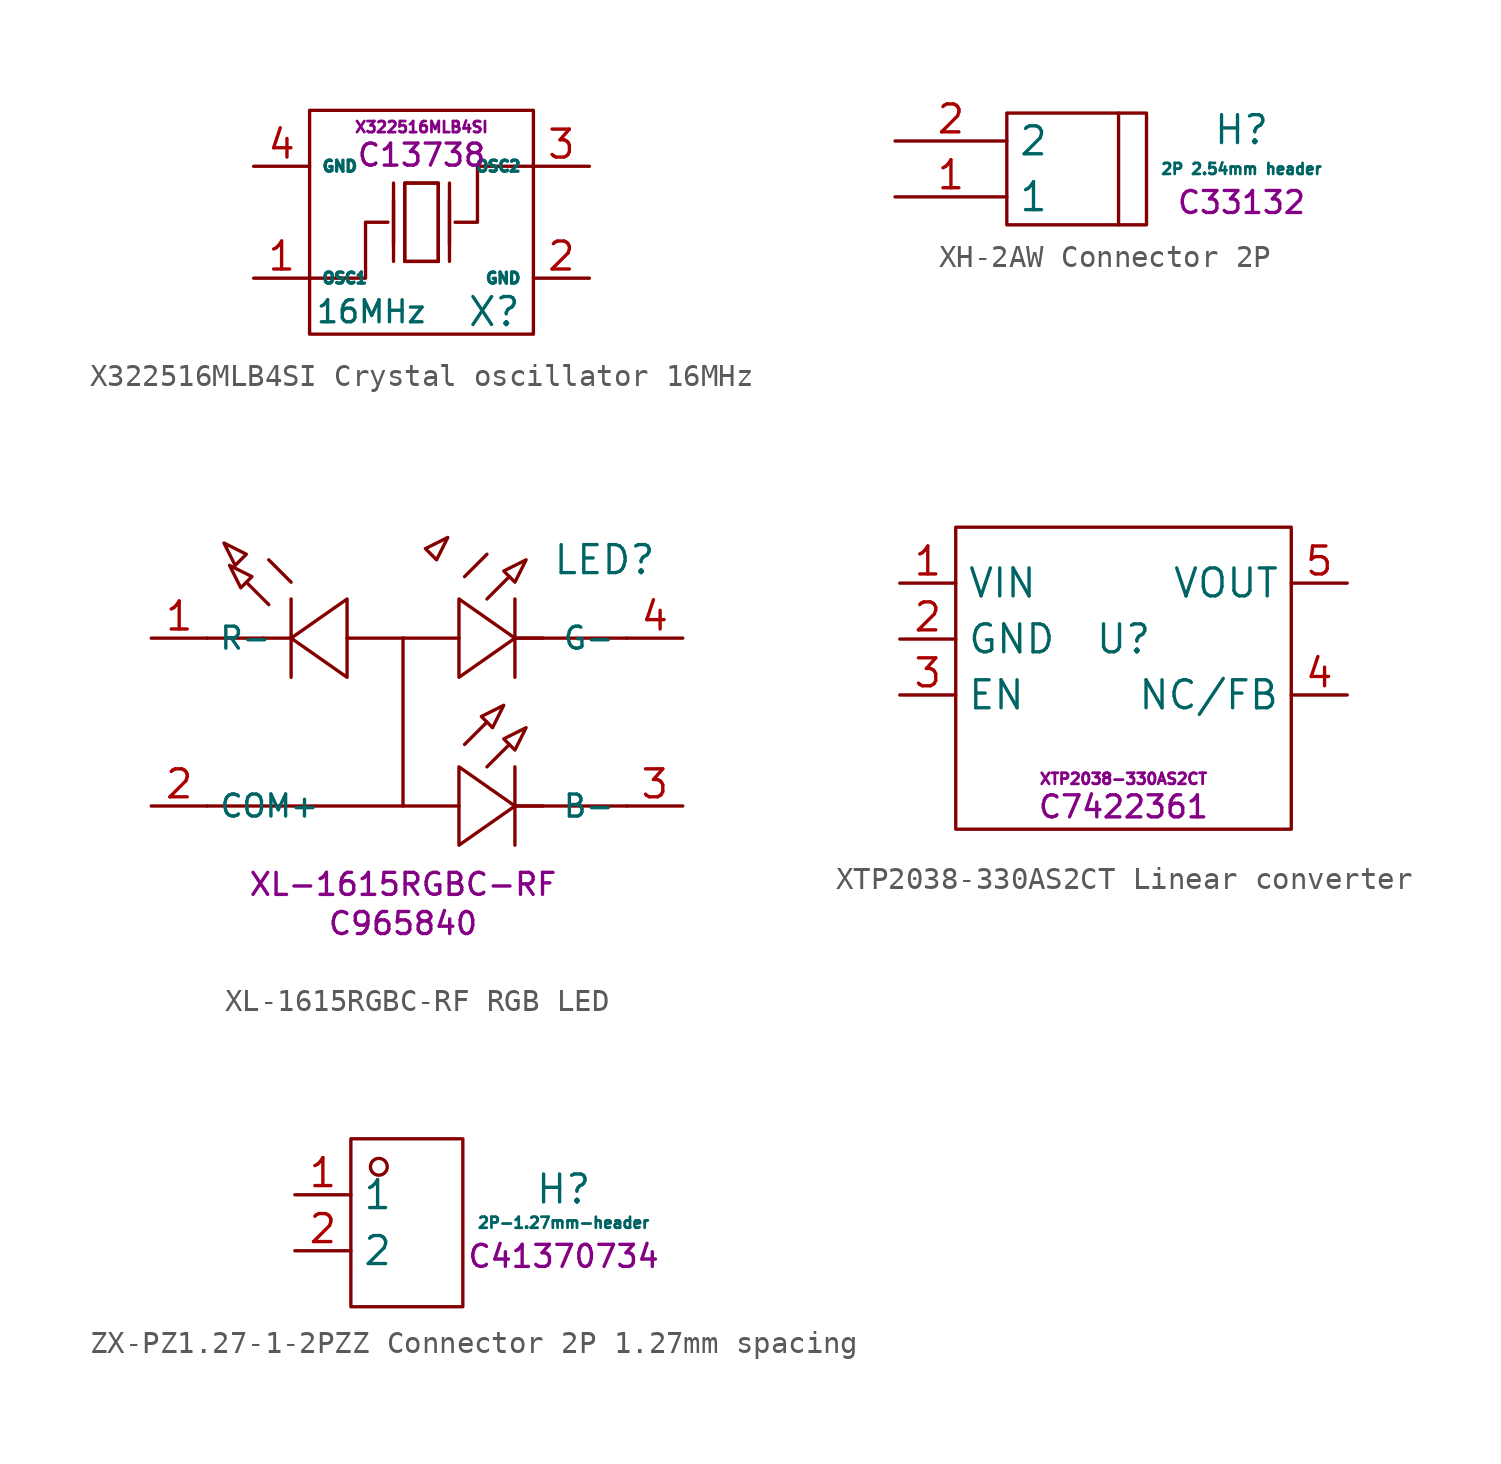
<source format=kicad_sym>
(kicad_symbol_lib
  (version 20241209)
  (generator "kicad_symbol_editor")
  (generator_version "9.0")
  (symbol "X322516MLB4SI Crystal oscillator 16MHz"
    (property "Reference" "X"
      (at 3.302 -4.064 0)
      (do_not_autoplace)
      (effects (font (size 1.27 1.27))))
    (property "Value" "16MHz"
      (at -2.286 -4.064 0)
      (do_not_autoplace)
      (effects (font (size 1 1))))
    (property "Manufacturer Part" "X322516MLB4SI"
      (at 0 4.318 0)
      (do_not_autoplace)
      (effects (font (size 0.5 0.5))))
    (property "LCSC Part #" "C13738"
      (at 0 3.048 0)
      (do_not_autoplace)
      (effects (font (size 1 1))))
    (symbol "X322516MLB4SI Crystal oscillator 16MHz_1_0"
      (rectangle (start -5.08 5.08) (end 5.08 -5.08) (stroke (width 0) (type default)) (fill (type none)))
      (polyline (pts (xy -5.08 -2.54) (xy -2.54 -2.54) (xy -2.54 -2.54) (xy -2.54 0) (xy -2.54 0) (xy -1.524 0)) (stroke (width 0) (type default)) (fill (type none)))
      (polyline (pts (xy -1.27 -1.016) (xy -1.27 1.016)) (stroke (width 0) (type default)) (fill (type none)))
      (polyline (pts (xy -1.27 -1.778) (xy -1.27 1.778)) (stroke (width 0) (type default)) (fill (type none)))
      (polyline (pts (xy -0.762 -1.778) (xy -0.762 1.778) (xy -0.762 1.778) (xy 0.762 1.778) (xy 0.762 1.778) (xy 0.762 -1.778)) (stroke (width 0) (type default)) (fill (type none)))
      (polyline (pts (xy 0.762 1.778) (xy 0.762 -1.778) (xy 0.762 -1.778) (xy -0.762 -1.778) (xy -0.762 -1.778) (xy -0.762 1.778) (xy -0.762 1.778) (xy 0.762 1.778)) (stroke (width 0) (type default)) (fill (type none)))
      (polyline (pts (xy 0.762 -1.778) (xy -0.762 -1.778)) (stroke (width 0) (type default)) (fill (type none)))
      (polyline (pts (xy 1.27 -1.016) (xy 1.27 1.016)) (stroke (width 0) (type default)) (fill (type none)))
      (polyline (pts (xy 1.27 -1.778) (xy 1.27 1.778)) (stroke (width 0) (type default)) (fill (type none)))
      (polyline (pts (xy 5.08 2.54) (xy 2.54 2.54) (xy 2.54 2.54) (xy 2.54 0) (xy 2.54 0) (xy 1.524 0)) (stroke (width 0) (type default)) (fill (type none)))
      (pin unspecified line (at -7.62 2.54 0) (length 2.54) (name "GND" (effects (font (size 0.5 0.5)))) (number "4" (effects (font (size 1.27 1.27)))))
      (pin unspecified line (at -7.62 -2.54 0) (length 2.54) (name "OSC1" (effects (font (size 0.5 0.5)))) (number "1" (effects (font (size 1.27 1.27)))))
      (pin unspecified line (at 7.62 2.54 180) (length 2.54) (name "OSC2" (effects (font (size 0.5 0.5)))) (number "3" (effects (font (size 1.27 1.27)))))
      (pin unspecified line (at 7.62 -2.54 180) (length 2.54) (name "GND" (effects (font (size 0.5 0.5)))) (number "2" (effects (font (size 1.27 1.27)))))))
  (symbol "XH-2AW Connector 2P"
    (property "Reference" "H"
      (at 9.398 1.778 0)
      (do_not_autoplace)
      (effects (font (size 1.27 1.27))))
    (property "Value" "2P 2.54mm header"
      (at 9.398 0 0)
      (do_not_autoplace)
      (effects (font (size 0.5 0.5))))
    (property "LCSC Part #" "C33132"
      (at 9.398 -1.524 0)
      (do_not_autoplace)
      (effects (font (size 1 1))))
    (symbol "XH-2AW Connector 2P_1_0"
      (polyline (pts (xy 3.81 -2.54) (xy 5.08 -2.54) (xy 5.08 -2.54) (xy 5.08 2.54) (xy 5.08 2.54) (xy 3.81 2.54)) (stroke (width 0) (type default)) (fill (type none)))
      (rectangle (start 3.81 -2.54) (end -1.27 2.54) (stroke (width 0) (type default)) (fill (type none)))
      (pin unspecified line (at -6.35 1.27 0) (length 5.08) (name "2" (effects (font (size 1.27 1.27)))) (number "2" (effects (font (size 1.27 1.27)))))
      (pin unspecified line (at -6.35 -1.27 0) (length 5.08) (name "1" (effects (font (size 1.27 1.27)))) (number "1" (effects (font (size 1.27 1.27)))))))
  (symbol "XL-1615RGBC-RF RGB LED"
    (property "Reference" "LED"
      (at 9.144 6.096 0)
      (do_not_autoplace)
      (effects (font (size 1.27 1.27))))
    (property "Manufacturer Part" "XL-1615RGBC-RF"
      (at 0 -8.636 0)
      (do_not_autoplace)
      (effects (font (size 1 1))))
    (property "LCSC Part #" "C965840"
      (at 0 -10.414 0)
      (do_not_autoplace)
      (effects (font (size 1 1))))
    (symbol "XL-1615RGBC-RF RGB LED_1_0"
      (polyline (pts (xy -8.128 6.858) (xy -7.112 6.35) (xy -7.112 6.35) (xy -7.62 5.842) (xy -7.62 5.842) (xy -8.128 6.858)) (stroke (width 0) (type default)) (fill (type none)))
      (polyline (pts (xy -7.874 5.842) (xy -6.858 5.334) (xy -6.858 5.334) (xy -7.366 4.826) (xy -7.366 4.826) (xy -7.874 5.842)) (stroke (width 0) (type default)) (fill (type none)))
      (polyline (pts (xy -6.35 2.54) (xy -8.89 2.54)) (stroke (width 0) (type default)) (fill (type none)))
      (polyline (pts (xy -6.096 4.064) (xy -7.112 5.08)) (stroke (width 0) (type default)) (fill (type none)))
      (polyline (pts (xy -5.08 5.08) (xy -6.096 6.096)) (stroke (width 0) (type default)) (fill (type none)))
      (polyline (pts (xy -5.08 4.318) (xy -5.08 0.762)) (stroke (width 0) (type default)) (fill (type none)))
      (polyline (pts (xy -5.08 2.54) (xy -6.35 2.54)) (stroke (width 0) (type default)) (fill (type none)))
      (polyline (pts (xy -2.54 4.318) (xy -5.08 2.54) (xy -5.08 2.54) (xy -2.54 0.762) (xy -2.54 0.762) (xy -2.54 4.318)) (stroke (width 0) (type default)) (fill (type none)))
      (polyline (pts (xy 0 2.54) (xy -2.54 2.54)) (stroke (width 0) (type default)) (fill (type none)))
      (polyline (pts (xy 0 2.54) (xy 2.54 2.54)) (stroke (width 0) (type default)) (fill (type none)))
      (polyline (pts (xy 0 2.54) (xy 0 -5.08) (xy 0 -5.08) (xy 2.54 -5.08)) (stroke (width 0) (type default)) (fill (type none)))
      (polyline (pts (xy 0 -5.08) (xy -8.89 -5.08)) (stroke (width 0) (type default)) (fill (type none)))
      (polyline (pts (xy 2.032 7.112) (xy 1.524 6.096) (xy 1.524 6.096) (xy 1.016 6.604) (xy 1.016 6.604) (xy 2.032 7.112)) (stroke (width 0) (type default)) (fill (type none)))
      (polyline (pts (xy 2.54 0.762) (xy 5.08 2.54) (xy 5.08 2.54) (xy 2.54 4.318) (xy 2.54 4.318) (xy 2.54 0.762)) (stroke (width 0) (type default)) (fill (type none)))
      (polyline (pts (xy 2.54 -6.858) (xy 5.08 -5.08) (xy 5.08 -5.08) (xy 2.54 -3.302) (xy 2.54 -3.302) (xy 2.54 -6.858)) (stroke (width 0) (type default)) (fill (type none)))
      (polyline (pts (xy 2.794 5.334) (xy 3.81 6.35)) (stroke (width 0) (type default)) (fill (type none)))
      (polyline (pts (xy 2.794 -2.286) (xy 3.81 -1.27)) (stroke (width 0) (type default)) (fill (type none)))
      (polyline (pts (xy 3.81 4.318) (xy 4.826 5.334)) (stroke (width 0) (type default)) (fill (type none)))
      (polyline (pts (xy 3.81 -3.302) (xy 4.826 -2.286)) (stroke (width 0) (type default)) (fill (type none)))
      (polyline (pts (xy 4.572 -0.508) (xy 4.064 -1.524) (xy 4.064 -1.524) (xy 3.556 -1.016) (xy 3.556 -1.016) (xy 4.572 -0.508)) (stroke (width 0) (type default)) (fill (type none)))
      (polyline (pts (xy 5.08 2.54) (xy 6.35 2.54)) (stroke (width 0) (type default)) (fill (type none)))
      (polyline (pts (xy 5.08 2.54) (xy 10.16 2.54)) (stroke (width 0) (type default)) (fill (type none)))
      (polyline (pts (xy 5.08 0.762) (xy 5.08 4.318)) (stroke (width 0) (type default)) (fill (type none)))
      (polyline (pts (xy 5.08 -5.08) (xy 6.35 -5.08)) (stroke (width 0) (type default)) (fill (type none)))
      (polyline (pts (xy 5.08 -5.08) (xy 10.16 -5.08)) (stroke (width 0) (type default)) (fill (type none)))
      (polyline (pts (xy 5.08 -6.858) (xy 5.08 -3.302)) (stroke (width 0) (type default)) (fill (type none)))
      (polyline (pts (xy 5.588 6.096) (xy 5.08 5.08) (xy 5.08 5.08) (xy 4.572 5.588) (xy 4.572 5.588) (xy 5.588 6.096)) (stroke (width 0) (type default)) (fill (type none)))
      (polyline (pts (xy 5.588 -1.524) (xy 5.08 -2.54) (xy 5.08 -2.54) (xy 4.572 -2.032) (xy 4.572 -2.032) (xy 5.588 -1.524)) (stroke (width 0) (type default)) (fill (type none)))
      (pin unspecified line (at -11.43 2.54 0) (length 2.54) (name "R-" (effects (font (size 1 1)))) (number "1" (effects (font (size 1.27 1.27)))))
      (pin unspecified line (at -11.43 -5.08 0) (length 2.54) (name "COM+" (effects (font (size 1 1)))) (number "2" (effects (font (size 1.27 1.27)))))
      (pin unspecified line (at 12.7 2.54 180) (length 2.54) (name "G-" (effects (font (size 1 1)))) (number "4" (effects (font (size 1.27 1.27)))))
      (pin unspecified line (at 12.7 -5.08 180) (length 2.54) (name "B-" (effects (font (size 1 1)))) (number "3" (effects (font (size 1.27 1.27)))))))
  (symbol "XTP2038-330AS2CT Linear converter"
    (property "Reference" "U"
      (at 0 0 0)
      (effects (font (size 1.27 1.27))))
    (property "Manufacturer Part" "XTP2038-330AS2CT"
      (at 0 -6.35 0)
      (effects (font (size 0.5 0.5))))
    (property "LCSC Part #" "C7422361"
      (at 0 -7.62 0)
      (do_not_autoplace)
      (effects (font (size 1 1))))
    (symbol "XTP2038-330AS2CT Linear converter_1_0"
      (rectangle (start -7.62 5.08) (end 7.62 -8.636) (stroke (width 0) (type default)) (fill (type none)))
      (pin unspecified line (at -10.16 2.54 0) (length 2.54) (name "VIN" (effects (font (size 1.27 1.27)))) (number "1" (effects (font (size 1.27 1.27)))))
      (pin unspecified line (at -10.16 0 0) (length 2.54) (name "GND" (effects (font (size 1.27 1.27)))) (number "2" (effects (font (size 1.27 1.27)))))
      (pin unspecified line (at -10.16 -2.54 0) (length 2.54) (name "EN" (effects (font (size 1.27 1.27)))) (number "3" (effects (font (size 1.27 1.27)))))
      (pin unspecified line (at 10.16 2.54 180) (length 2.54) (name "VOUT" (effects (font (size 1.27 1.27)))) (number "5" (effects (font (size 1.27 1.27)))))
      (pin unspecified line (at 10.16 -2.54 180) (length 2.54) (name "NC/FB" (effects (font (size 1.27 1.27)))) (number "4" (effects (font (size 1.27 1.27)))))))
  (symbol "ZX-PZ1.27-1-2PZZ Connector 2P 1.27mm spacing"
    (property "Reference" "H"
      (at 7.112 1.524 0)
      (do_not_autoplace)
      (effects (font (size 1.27 1.27))))
    (property "Value" "2P-1.27mm-header"
      (at 7.112 0 0)
      (do_not_autoplace)
      (effects (font (size 0.5 0.5))))
    (property "LCSC Part #" "C41370734"
      (at 7.112 -1.524 0)
      (do_not_autoplace)
      (effects (font (size 1 1))))
    (symbol "ZX-PZ1.27-1-2PZZ Connector 2P 1.27mm spacing_1_0"
      (rectangle (start -2.54 -3.81) (end 2.54 3.81) (stroke (width 0) (type default)) (fill (type none)))
      (circle (center -1.27 2.54) (radius 0.381) (stroke (width 0) (type default)) (fill (type none)))
      (pin unspecified line (at -5.08 1.27 0) (length 2.54) (name "1" (effects (font (size 1.27 1.27)))) (number "1" (effects (font (size 1.27 1.27)))))
      (pin unspecified line (at -5.08 -1.27 0) (length 2.54) (name "2" (effects (font (size 1.27 1.27)))) (number "2" (effects (font (size 1.27 1.27))))))))
</source>
